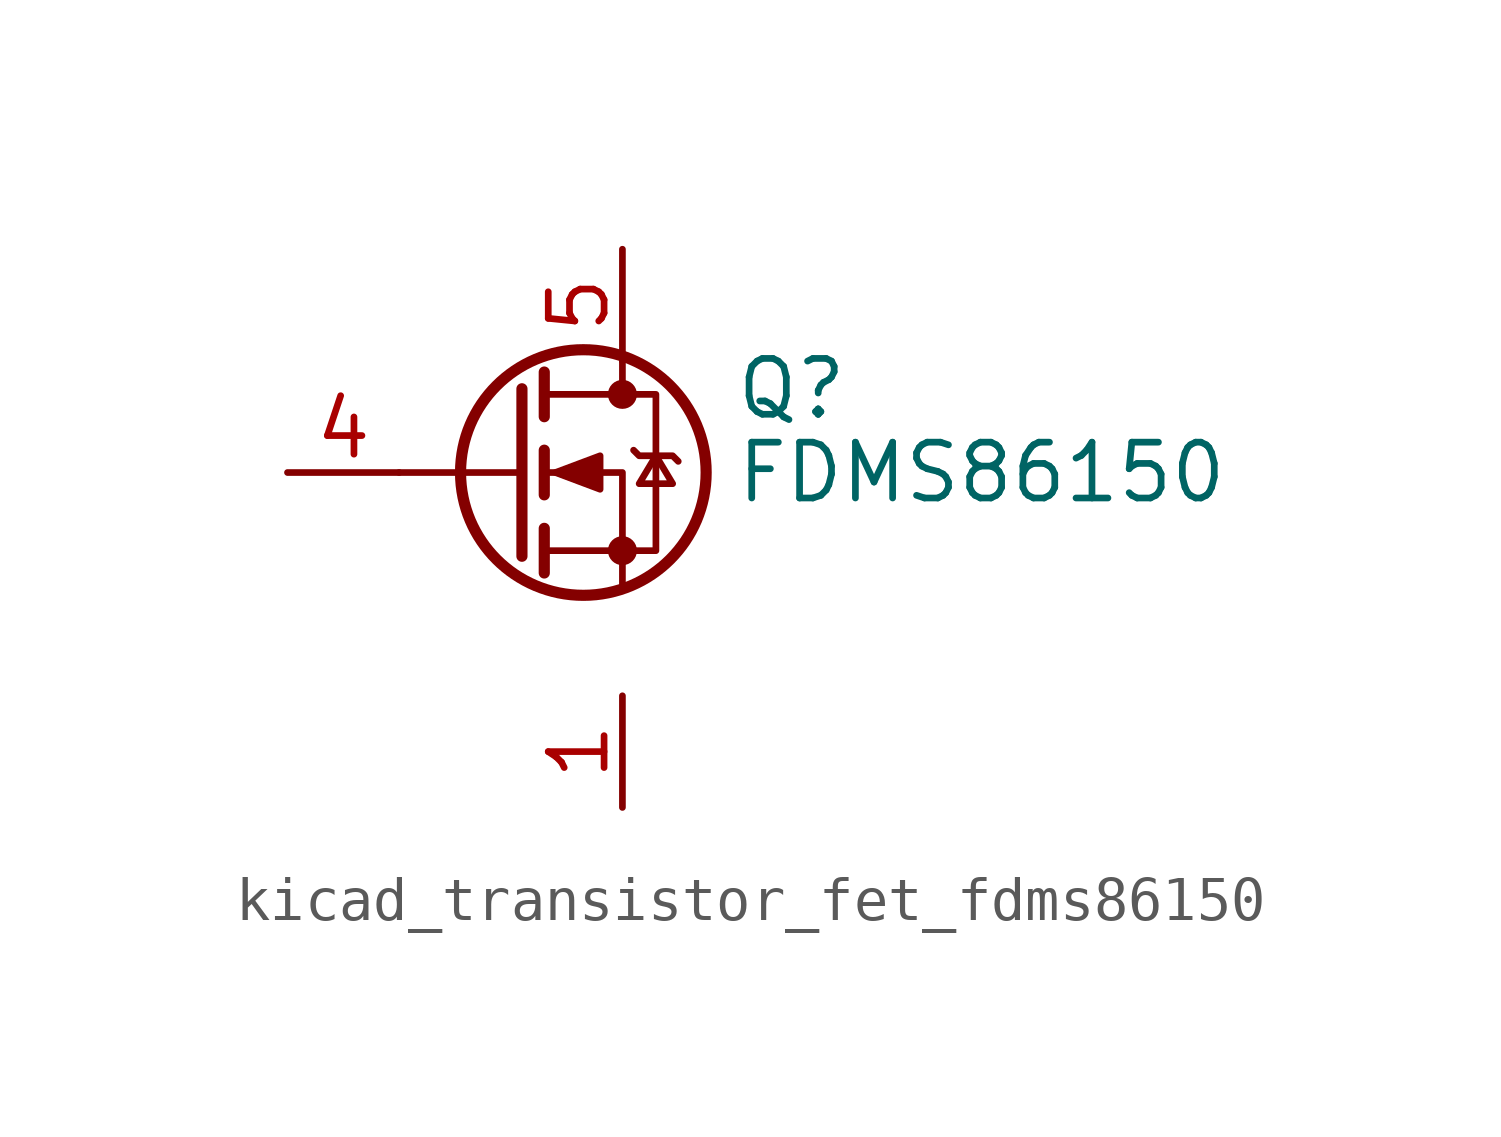
<source format=kicad_sym>
(kicad_symbol_lib
  (version 20220914)
  (generator kicad_symbol_editor)
  (symbol "kicad_transistor_fet_fdms86150"
    (pin_names hide)
    (property "Reference" "Q"
      (at 5.08 1.905 0)
      (effects (font (size 1.27 1.27)) (justify left)))
    (property "Value" "FDMS86150"
      (at 5.08 0 0)
      (effects (font (size 1.27 1.27)) (justify left)))
    (symbol "kicad_transistor_fet_fdms86150_0_1"
      (polyline (pts (xy 0.254 0) (xy -2.54 0)) (stroke (width 0) (type default)) (fill (type none)))
      (polyline (pts (xy 0.254 1.905) (xy 0.254 -1.905)) (stroke (width 0.254) (type default)) (fill (type none)))
      (polyline (pts (xy 0.762 -1.27) (xy 0.762 -2.286)) (stroke (width 0.254) (type default)) (fill (type none)))
      (polyline (pts (xy 0.762 0.508) (xy 0.762 -0.508)) (stroke (width 0.254) (type default)) (fill (type none)))
      (polyline (pts (xy 0.762 2.286) (xy 0.762 1.27)) (stroke (width 0.254) (type default)) (fill (type none)))
      (polyline (pts (xy 2.54 2.54) (xy 2.54 1.778)) (stroke (width 0) (type default)) (fill (type none)))
      (polyline (pts (xy 2.54 -2.54) (xy 2.54 0) (xy 0.762 0)) (stroke (width 0) (type default)) (fill (type none)))
      (polyline (pts (xy 0.762 -1.778) (xy 3.302 -1.778) (xy 3.302 1.778) (xy 0.762 1.778)) (stroke (width 0) (type default)) (fill (type none)))
      (polyline (pts (xy 1.016 0) (xy 2.032 0.381) (xy 2.032 -0.381) (xy 1.016 0)) (stroke (width 0) (type default)) (fill (type outline)))
      (polyline (pts (xy 2.794 0.508) (xy 2.921 0.381) (xy 3.683 0.381) (xy 3.81 0.254)) (stroke (width 0) (type default)) (fill (type none)))
      (polyline (pts (xy 3.302 0.381) (xy 2.921 -0.254) (xy 3.683 -0.254) (xy 3.302 0.381)) (stroke (width 0) (type default)) (fill (type none)))
      (circle (center 1.651 0) (radius 2.794) (stroke (width 0.254) (type default)) (fill (type none)))
      (circle (center 2.54 -1.778) (radius 0.254) (stroke (width 0) (type default)) (fill (type outline)))
      (circle (center 2.54 1.778) (radius 0.254) (stroke (width 0) (type default)) (fill (type outline))))
    (symbol "kicad_transistor_fet_fdms86150_1_1"
      (pin passive line (at 2.54 -5.08 270) (length 2.54) (name "S" (effects (font (size 1.27 1.27)))) (number "1" (effects (font (size 1.27 1.27)))))
      (pin passive line (at 2.54 -5.08 270) (length 2.54) hide (name "S" (effects (font (size 1.27 1.27)))) (number "2" (effects (font (size 1.27 1.27)))))
      (pin passive line (at 2.54 -5.08 90) (length 2.54) hide (name "S" (effects (font (size 1.27 1.27)))) (number "3" (effects (font (size 1.27 1.27)))))
      (pin passive line (at -5.08 0 0) (length 2.54) (name "G" (effects (font (size 1.27 1.27)))) (number "4" (effects (font (size 1.27 1.27)))))
      (pin passive line (at 2.54 5.08 270) (length 2.54) (name "D" (effects (font (size 1.27 1.27)))) (number "5" (effects (font (size 1.27 1.27))))))))
</source>
